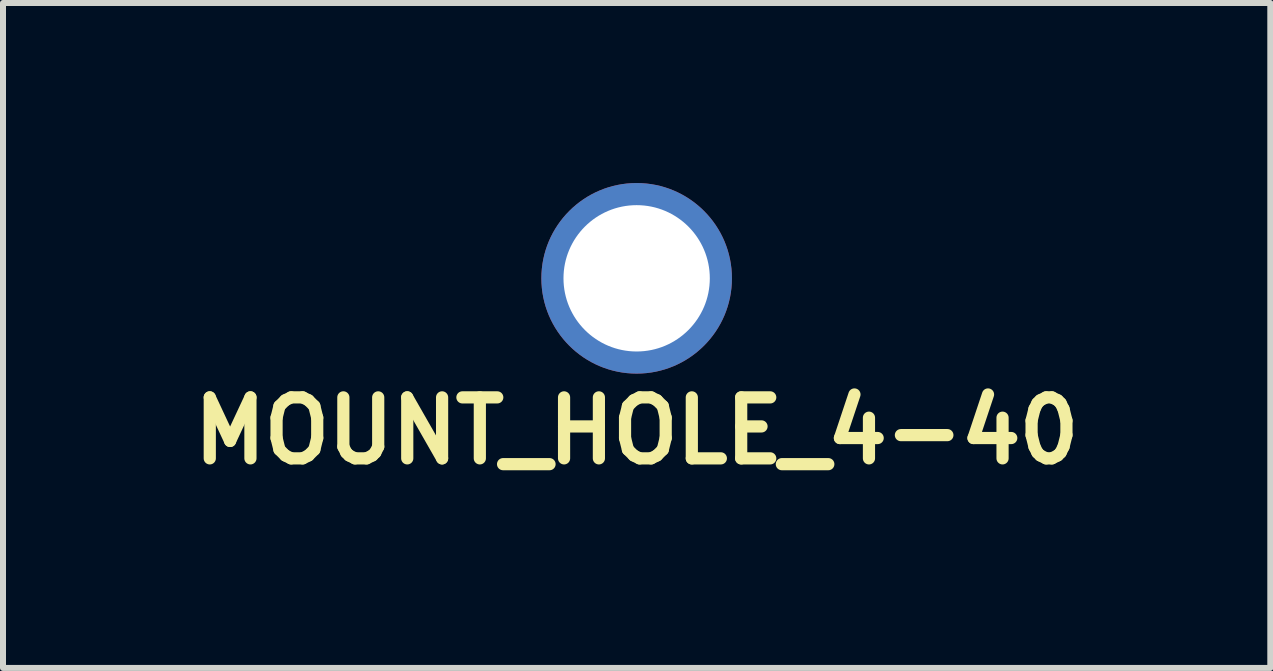
<source format=kicad_pcb>
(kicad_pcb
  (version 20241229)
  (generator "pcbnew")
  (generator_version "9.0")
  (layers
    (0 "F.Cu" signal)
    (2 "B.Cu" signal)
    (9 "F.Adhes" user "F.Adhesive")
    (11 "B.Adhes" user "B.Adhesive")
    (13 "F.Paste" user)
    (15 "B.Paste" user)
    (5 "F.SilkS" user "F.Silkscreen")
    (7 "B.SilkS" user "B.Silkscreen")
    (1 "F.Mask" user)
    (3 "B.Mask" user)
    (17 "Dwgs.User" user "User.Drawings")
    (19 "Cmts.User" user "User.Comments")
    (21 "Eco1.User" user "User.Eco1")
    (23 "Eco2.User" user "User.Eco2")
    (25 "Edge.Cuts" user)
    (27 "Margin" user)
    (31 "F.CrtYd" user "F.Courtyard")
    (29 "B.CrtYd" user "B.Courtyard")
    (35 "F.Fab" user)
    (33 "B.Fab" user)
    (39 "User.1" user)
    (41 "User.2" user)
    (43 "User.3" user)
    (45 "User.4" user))
  (footprint "MOUNT_HOLE_4-40"
    (layer "F.Cu")
    (at 7.557 1.587)
    (property "Reference" "MOUNT_HOLE_4-40" (at 0 2.54 0) (layer "F.SilkS") (effects (font (size 1.016 1.016) (thickness 0.203))))
    (attr through_hole)
    (pad "1" thru_hole circle (at 0 0) (size 3.175 3.175) (drill 2.438) (layers "*.Cu" "*.Mask")))
  (gr_rect
    (start -3 -3)
    (end 18.114 8.078)
    (stroke (width 0.1) (type default))
    (fill no)
    (layer "Edge.Cuts")))
</source>
